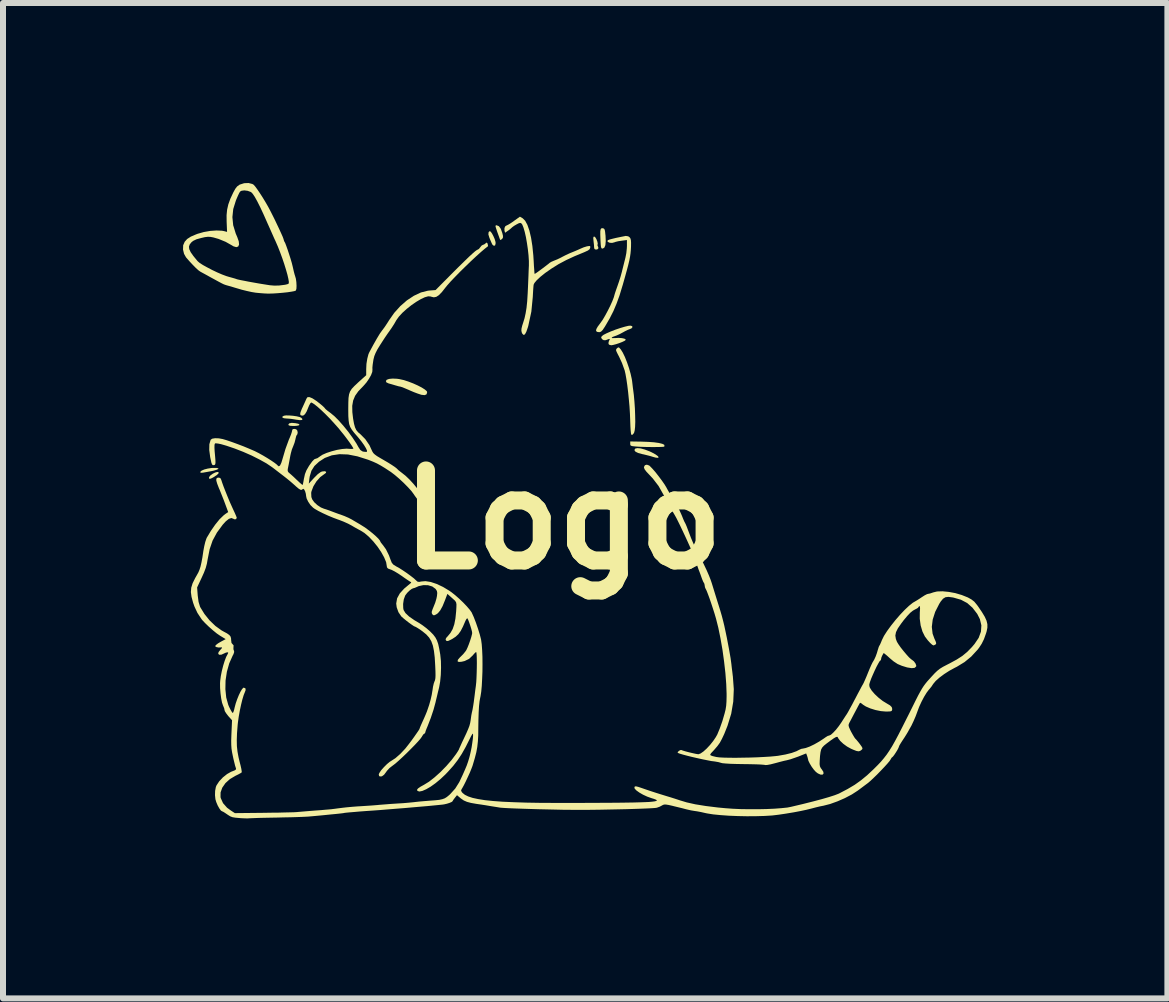
<source format=kicad_pcb>
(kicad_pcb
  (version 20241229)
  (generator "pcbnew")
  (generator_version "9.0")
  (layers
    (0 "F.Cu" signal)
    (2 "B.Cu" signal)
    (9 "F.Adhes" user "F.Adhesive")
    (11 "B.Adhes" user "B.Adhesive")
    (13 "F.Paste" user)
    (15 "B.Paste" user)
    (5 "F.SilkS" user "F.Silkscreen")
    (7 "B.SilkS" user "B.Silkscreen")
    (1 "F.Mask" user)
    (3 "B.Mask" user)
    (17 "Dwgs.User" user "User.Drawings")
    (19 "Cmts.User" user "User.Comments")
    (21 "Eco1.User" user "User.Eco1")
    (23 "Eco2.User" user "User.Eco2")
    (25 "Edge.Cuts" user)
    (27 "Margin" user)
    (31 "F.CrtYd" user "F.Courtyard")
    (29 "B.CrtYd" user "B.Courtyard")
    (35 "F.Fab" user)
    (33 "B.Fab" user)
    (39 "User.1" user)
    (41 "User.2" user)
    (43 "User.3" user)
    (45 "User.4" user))
  (footprint "Logo"
    (layer "F.Cu")
    (at 6.335 5.612)
    (property "Reference" "Logo" (at 0 0 0) (layer "F.SilkS") (effects (font (size 1.5 1.5) (thickness 0.3))))
    (attr board_only exclude_from_pos_files exclude_from_bom)
    (fp_poly (pts (xy -4.464 -1.61) (xy -4.414 -1.6) (xy -4.394 -1.587) (xy -4.403 -1.574) (xy -4.438 -1.566) (xy -4.485 -1.563) (xy -4.541 -1.565) (xy -4.571 -1.572) (xy -4.58 -1.585) (xy -4.566 -1.606) (xy -4.524 -1.615)) (stroke (width 0) (type solid)) (fill yes) (layer "F.SilkS"))
    (fp_poly (pts (xy -5.741 -0.791) (xy -5.743 -0.773) (xy -5.773 -0.744) (xy -5.833 -0.705) (xy -5.833 -0.705) (xy -5.873 -0.685) (xy -5.896 -0.684) (xy -5.902 -0.69) (xy -5.9 -0.712) (xy -5.877 -0.74) (xy -5.841 -0.766) (xy -5.8 -0.787) (xy -5.764 -0.797)) (stroke (width 0) (type solid)) (fill yes) (layer "F.SilkS"))
    (fp_poly (pts (xy -1.207 -4.801) (xy -1.185 -4.77) (xy -1.162 -4.726) (xy -1.141 -4.678) (xy -1.128 -4.633) (xy -1.125 -4.61) (xy -1.133 -4.574) (xy -1.152 -4.565) (xy -1.176 -4.581) (xy -1.19 -4.607) (xy -1.21 -4.653) (xy -1.23 -4.702) (xy -1.246 -4.755) (xy -1.242 -4.794) (xy -1.224 -4.81)) (stroke (width 0) (type solid)) (fill yes) (layer "F.SilkS"))
    (fp_poly (pts (xy -5.775 -0.864) (xy -5.747 -0.857) (xy -5.747 -0.847) (xy -5.775 -0.833) (xy -5.83 -0.817) (xy -5.874 -0.808) (xy -5.951 -0.794) (xy -6.002 -0.785) (xy -6.031 -0.783) (xy -6.045 -0.786) (xy -6.047 -0.795) (xy -6.046 -0.8) (xy -6.025 -0.819) (xy -5.981 -0.838) (xy -5.923 -0.853) (xy -5.858 -0.863) (xy -5.832 -0.864)) (stroke (width 0) (type solid)) (fill yes) (layer "F.SilkS"))
    (fp_poly (pts (xy -4.564 -1.738) (xy -4.501 -1.733) (xy -4.44 -1.724) (xy -4.391 -1.712) (xy -4.365 -1.7) (xy -4.344 -1.677) (xy -4.353 -1.663) (xy -4.388 -1.66) (xy -4.45 -1.668) (xy -4.478 -1.673) (xy -4.538 -1.682) (xy -4.6 -1.687) (xy -4.606 -1.687) (xy -4.654 -1.692) (xy -4.679 -1.704) (xy -4.679 -1.719) (xy -4.653 -1.734) (xy -4.618 -1.739)) (stroke (width 0) (type solid)) (fill yes) (layer "F.SilkS"))
    (fp_poly (pts (xy 0.536 -4.707) (xy 0.555 -4.675) (xy 0.57 -4.636) (xy 0.577 -4.601) (xy 0.573 -4.585) (xy 0.573 -4.566) (xy 0.58 -4.555) (xy 0.589 -4.527) (xy 0.572 -4.507) (xy 0.546 -4.502) (xy 0.522 -4.512) (xy 0.516 -4.539) (xy 0.514 -4.577) (xy 0.508 -4.629) (xy 0.506 -4.648) (xy 0.502 -4.693) (xy 0.506 -4.715) (xy 0.519 -4.72)) (stroke (width 0) (type solid)) (fill yes) (layer "F.SilkS"))
    (fp_poly (pts (xy -1.072 -4.893) (xy -1.039 -4.849) (xy -1.014 -4.779) (xy -1.003 -4.732) (xy -1.003 -4.704) (xy -1.014 -4.684) (xy -1.02 -4.679) (xy -1.041 -4.662) (xy -1.052 -4.669) (xy -1.054 -4.675) (xy -1.063 -4.7) (xy -1.079 -4.745) (xy -1.099 -4.8) (xy -1.1 -4.803) (xy -1.118 -4.857) (xy -1.127 -4.889) (xy -1.125 -4.904) (xy -1.114 -4.908) (xy -1.11 -4.908)) (stroke (width 0) (type solid)) (fill yes) (layer "F.SilkS"))
    (fp_poly (pts (xy 0.662 -4.858) (xy 0.68 -4.852) (xy 0.692 -4.835) (xy 0.699 -4.801) (xy 0.705 -4.743) (xy 0.706 -4.741) (xy 0.71 -4.645) (xy 0.704 -4.577) (xy 0.687 -4.536) (xy 0.662 -4.52) (xy 0.647 -4.52) (xy 0.637 -4.528) (xy 0.63 -4.551) (xy 0.626 -4.592) (xy 0.622 -4.659) (xy 0.622 -4.669) (xy 0.619 -4.75) (xy 0.619 -4.805) (xy 0.624 -4.838) (xy 0.634 -4.855) (xy 0.65 -4.859)) (stroke (width 0) (type solid)) (fill yes) (layer "F.SilkS"))
    (fp_poly (pts (xy 1.292 -1.189) (xy 1.362 -1.17) (xy 1.443 -1.139) (xy 1.479 -1.122) (xy 1.541 -1.088) (xy 1.579 -1.06) (xy 1.592 -1.041) (xy 1.579 -1.032) (xy 1.54 -1.036) (xy 1.493 -1.049) (xy 1.461 -1.059) (xy 1.432 -1.067) (xy 1.396 -1.076) (xy 1.343 -1.089) (xy 1.323 -1.093) (xy 1.25 -1.113) (xy 1.206 -1.134) (xy 1.189 -1.158) (xy 1.188 -1.163) (xy 1.201 -1.186) (xy 1.237 -1.194)) (stroke (width 0) (type solid)) (fill yes) (layer "F.SilkS"))
    (fp_poly (pts (xy 1.305 -1.302) (xy 1.417 -1.298) (xy 1.514 -1.291) (xy 1.593 -1.28) (xy 1.651 -1.266) (xy 1.683 -1.251) (xy 1.688 -1.241) (xy 1.686 -1.221) (xy 1.684 -1.218) (xy 1.656 -1.215) (xy 1.605 -1.213) (xy 1.537 -1.212) (xy 1.461 -1.212) (xy 1.384 -1.213) (xy 1.314 -1.215) (xy 1.266 -1.217) (xy 1.197 -1.222) (xy 1.154 -1.227) (xy 1.13 -1.234) (xy 1.12 -1.245) (xy 1.118 -1.261) (xy 1.118 -1.266) (xy 1.118 -1.305)) (stroke (width 0) (type solid)) (fill yes) (layer "F.SilkS"))
    (fp_poly (pts (xy -2.772 -2.35) (xy -2.733 -2.345) (xy -2.661 -2.329) (xy -2.582 -2.304) (xy -2.501 -2.273) (xy -2.425 -2.239) (xy -2.357 -2.204) (xy -2.305 -2.171) (xy -2.273 -2.143) (xy -2.266 -2.127) (xy -2.276 -2.091) (xy -2.307 -2.077) (xy -2.359 -2.082) (xy -2.376 -2.087) (xy -2.424 -2.103) (xy -2.488 -2.127) (xy -2.556 -2.156) (xy -2.571 -2.163) (xy -2.63 -2.188) (xy -2.678 -2.208) (xy -2.71 -2.218) (xy -2.715 -2.219) (xy -2.741 -2.224) (xy -2.783 -2.236) (xy -2.801 -2.241) (xy -2.854 -2.257) (xy -2.901 -2.27) (xy -2.911 -2.273) (xy -2.946 -2.29) (xy -2.954 -2.312) (xy -2.94 -2.333) (xy -2.901 -2.347) (xy -2.843 -2.353)) (stroke (width 0) (type solid)) (fill yes) (layer "F.SilkS"))
    (fp_poly (pts (xy 0.933 -2.869) (xy 0.957 -2.843) (xy 0.961 -2.838) (xy 0.993 -2.787) (xy 1.029 -2.713) (xy 1.064 -2.625) (xy 1.097 -2.529) (xy 1.124 -2.434) (xy 1.143 -2.349) (xy 1.149 -2.313) (xy 1.156 -2.254) (xy 1.162 -2.202) (xy 1.166 -2.173) (xy 1.178 -2.081) (xy 1.188 -1.97) (xy 1.196 -1.852) (xy 1.2 -1.739) (xy 1.202 -1.641) (xy 1.202 -1.628) (xy 1.199 -1.547) (xy 1.193 -1.492) (xy 1.184 -1.455) (xy 1.172 -1.434) (xy 1.15 -1.413) (xy 1.135 -1.42) (xy 1.134 -1.421) (xy 1.13 -1.443) (xy 1.125 -1.49) (xy 1.121 -1.556) (xy 1.118 -1.635) (xy 1.117 -1.67) (xy 1.113 -1.771) (xy 1.106 -1.885) (xy 1.095 -2.006) (xy 1.083 -2.127) (xy 1.069 -2.241) (xy 1.054 -2.344) (xy 1.039 -2.429) (xy 1.025 -2.49) (xy 1.022 -2.498) (xy 0.981 -2.612) (xy 0.932 -2.718) (xy 0.912 -2.756) (xy 0.89 -2.801) (xy 0.881 -2.827) (xy 0.886 -2.845) (xy 0.898 -2.858) (xy 0.917 -2.873)) (stroke (width 0) (type solid)) (fill yes) (layer "F.SilkS"))
    (fp_poly (pts (xy 1.15 -3.227) (xy 1.155 -3.209) (xy 1.138 -3.189) (xy 1.114 -3.179) (xy 1.075 -3.164) (xy 1.025 -3.139) (xy 1 -3.125) (xy 0.946 -3.096) (xy 0.891 -3.071) (xy 0.872 -3.064) (xy 0.825 -3.047) (xy 0.808 -3.034) (xy 0.819 -3.027) (xy 0.861 -3.028) (xy 0.867 -3.028) (xy 0.926 -3.031) (xy 0.98 -3.027) (xy 1.021 -3.018) (xy 1.042 -3.004) (xy 1.043 -2.997) (xy 1.026 -2.983) (xy 0.987 -2.964) (xy 0.936 -2.944) (xy 0.882 -2.926) (xy 0.832 -2.913) (xy 0.801 -2.908) (xy 0.769 -2.916) (xy 0.756 -2.93) (xy 0.757 -2.96) (xy 0.767 -2.987) (xy 0.778 -3.011) (xy 0.769 -3.014) (xy 0.756 -3.01) (xy 0.708 -2.993) (xy 0.678 -2.992) (xy 0.654 -3.006) (xy 0.65 -3.009) (xy 0.633 -3.034) (xy 0.642 -3.057) (xy 0.643 -3.058) (xy 0.672 -3.081) (xy 0.725 -3.108) (xy 0.794 -3.138) (xy 0.871 -3.168) (xy 0.951 -3.195) (xy 1.025 -3.217) (xy 1.087 -3.232) (xy 1.122 -3.235)) (stroke (width 0) (type solid)) (fill yes) (layer "F.SilkS"))
    (fp_poly (pts (xy 1.084 -4.724) (xy 1.107 -4.708) (xy 1.121 -4.689) (xy 1.129 -4.661) (xy 1.132 -4.617) (xy 1.131 -4.551) (xy 1.131 -4.548) (xy 1.128 -4.493) (xy 1.123 -4.44) (xy 1.115 -4.385) (xy 1.103 -4.322) (xy 1.085 -4.247) (xy 1.061 -4.156) (xy 1.03 -4.044) (xy 0.991 -3.906) (xy 0.989 -3.901) (xy 0.941 -3.742) (xy 0.891 -3.604) (xy 0.838 -3.478) (xy 0.776 -3.356) (xy 0.701 -3.227) (xy 0.694 -3.216) (xy 0.659 -3.163) (xy 0.631 -3.135) (xy 0.605 -3.126) (xy 0.604 -3.126) (xy 0.571 -3.13) (xy 0.557 -3.137) (xy 0.548 -3.154) (xy 0.554 -3.179) (xy 0.575 -3.217) (xy 0.616 -3.272) (xy 0.619 -3.276) (xy 0.658 -3.331) (xy 0.701 -3.404) (xy 0.745 -3.486) (xy 0.787 -3.57) (xy 0.821 -3.646) (xy 0.845 -3.709) (xy 0.851 -3.731) (xy 0.862 -3.77) (xy 0.881 -3.827) (xy 0.903 -3.889) (xy 0.905 -3.895) (xy 0.93 -3.967) (xy 0.957 -4.052) (xy 0.98 -4.136) (xy 0.983 -4.15) (xy 1.002 -4.225) (xy 1.021 -4.301) (xy 1.037 -4.364) (xy 1.04 -4.378) (xy 1.053 -4.444) (xy 1.061 -4.521) (xy 1.063 -4.563) (xy 1.063 -4.662) (xy 0.973 -4.65) (xy 0.919 -4.642) (xy 0.874 -4.631) (xy 0.855 -4.624) (xy 0.817 -4.614) (xy 0.777 -4.616) (xy 0.746 -4.63) (xy 0.738 -4.643) (xy 0.74 -4.652) (xy 0.751 -4.661) (xy 0.776 -4.671) (xy 0.818 -4.682) (xy 0.88 -4.697) (xy 0.967 -4.715) (xy 1.043 -4.73)) (stroke (width 0) (type solid)) (fill yes) (layer "F.SilkS"))
    (fp_poly (pts (xy -0.674 -5.024) (xy -0.633 -4.983) (xy -0.596 -4.915) (xy -0.563 -4.82) (xy -0.535 -4.702) (xy -0.513 -4.563) (xy -0.497 -4.405) (xy -0.491 -4.31) (xy -0.487 -4.233) (xy -0.482 -4.168) (xy -0.479 -4.122) (xy -0.476 -4.099) (xy -0.476 -4.097) (xy -0.462 -4.104) (xy -0.431 -4.125) (xy -0.387 -4.157) (xy -0.337 -4.194) (xy -0.287 -4.232) (xy -0.243 -4.266) (xy -0.223 -4.283) (xy -0.196 -4.299) (xy -0.154 -4.317) (xy -0.144 -4.321) (xy -0.095 -4.341) (xy -0.037 -4.369) (xy -0.013 -4.382) (xy 0.046 -4.412) (xy 0.113 -4.443) (xy 0.143 -4.455) (xy 0.204 -4.48) (xy 0.264 -4.506) (xy 0.29 -4.518) (xy 0.342 -4.54) (xy 0.394 -4.556) (xy 0.404 -4.558) (xy 0.439 -4.563) (xy 0.452 -4.556) (xy 0.451 -4.532) (xy 0.44 -4.508) (xy 0.413 -4.487) (xy 0.363 -4.464) (xy 0.352 -4.459) (xy 0.19 -4.392) (xy 0.05 -4.327) (xy -0.076 -4.26) (xy -0.196 -4.185) (xy -0.203 -4.18) (xy -0.299 -4.113) (xy -0.379 -4.049) (xy -0.44 -3.992) (xy -0.479 -3.945) (xy -0.492 -3.917) (xy -0.495 -3.888) (xy -0.499 -3.836) (xy -0.503 -3.769) (xy -0.506 -3.712) (xy -0.53 -3.468) (xy -0.581 -3.231) (xy -0.589 -3.204) (xy -0.614 -3.132) (xy -0.637 -3.09) (xy -0.658 -3.08) (xy -0.679 -3.099) (xy -0.69 -3.122) (xy -0.696 -3.151) (xy -0.694 -3.186) (xy -0.682 -3.236) (xy -0.667 -3.282) (xy -0.643 -3.36) (xy -0.625 -3.442) (xy -0.61 -3.534) (xy -0.599 -3.642) (xy -0.591 -3.771) (xy -0.586 -3.876) (xy -0.582 -3.972) (xy -0.578 -4.066) (xy -0.575 -4.151) (xy -0.572 -4.217) (xy -0.571 -4.233) (xy -0.571 -4.313) (xy -0.577 -4.407) (xy -0.588 -4.508) (xy -0.603 -4.611) (xy -0.62 -4.709) (xy -0.64 -4.797) (xy -0.661 -4.869) (xy -0.681 -4.919) (xy -0.693 -4.936) (xy -0.711 -4.947) (xy -0.736 -4.943) (xy -0.775 -4.923) (xy -0.816 -4.899) (xy -0.846 -4.877) (xy -0.852 -4.872) (xy -0.875 -4.851) (xy -0.91 -4.823) (xy -0.918 -4.818) (xy -0.968 -4.783) (xy -0.978 -4.822) (xy -0.978 -4.862) (xy -0.962 -4.894) (xy -0.935 -4.908) (xy -0.935 -4.908) (xy -0.916 -4.917) (xy -0.879 -4.939) (xy -0.831 -4.971) (xy -0.82 -4.98) (xy -0.72 -5.051)) (stroke (width 0) (type solid)) (fill yes) (layer "F.SilkS"))
    (fp_poly (pts (xy -5.18 -5.596) (xy -5.159 -5.584) (xy -5.136 -5.559) (xy -5.101 -5.512) (xy -5.058 -5.449) (xy -5.01 -5.375) (xy -4.962 -5.296) (xy -4.917 -5.218) (xy -4.885 -5.158) (xy -4.848 -5.085) (xy -4.808 -5.005) (xy -4.769 -4.923) (xy -4.732 -4.845) (xy -4.7 -4.775) (xy -4.675 -4.719) (xy -4.661 -4.682) (xy -4.658 -4.671) (xy -4.649 -4.64) (xy -4.644 -4.634) (xy -4.632 -4.611) (xy -4.614 -4.564) (xy -4.592 -4.502) (xy -4.568 -4.429) (xy -4.544 -4.354) (xy -4.523 -4.283) (xy -4.508 -4.223) (xy -4.502 -4.197) (xy -4.489 -4.14) (xy -4.476 -4.09) (xy -4.468 -4.065) (xy -4.454 -4.017) (xy -4.446 -3.959) (xy -4.443 -3.9) (xy -4.445 -3.851) (xy -4.454 -3.821) (xy -4.457 -3.819) (xy -4.481 -3.81) (xy -4.53 -3.801) (xy -4.596 -3.791) (xy -4.673 -3.783) (xy -4.754 -3.776) (xy -4.832 -3.771) (xy -4.901 -3.769) (xy -4.924 -3.769) (xy -4.986 -3.772) (xy -5.061 -3.778) (xy -5.123 -3.784) (xy -5.19 -3.795) (xy -5.272 -3.813) (xy -5.357 -3.834) (xy -5.397 -3.846) (xy -5.469 -3.867) (xy -5.534 -3.887) (xy -5.585 -3.901) (xy -5.606 -3.907) (xy -5.629 -3.914) (xy -5.656 -3.924) (xy -5.691 -3.941) (xy -5.74 -3.967) (xy -5.806 -4.003) (xy -5.894 -4.051) (xy -5.924 -4.068) (xy -5.977 -4.097) (xy -6.025 -4.123) (xy -6.05 -4.137) (xy -6.079 -4.158) (xy -6.122 -4.197) (xy -6.174 -4.25) (xy -6.229 -4.309) (xy -6.283 -4.371) (xy -6.286 -4.375) (xy -6.318 -4.432) (xy -6.335 -4.503) (xy -6.333 -4.552) (xy -6.236 -4.552) (xy -6.231 -4.51) (xy -6.207 -4.459) (xy -6.163 -4.396) (xy -6.097 -4.316) (xy -6.088 -4.306) (xy -6.056 -4.279) (xy -6.001 -4.244) (xy -5.93 -4.205) (xy -5.85 -4.163) (xy -5.766 -4.123) (xy -5.685 -4.088) (xy -5.613 -4.061) (xy -5.57 -4.048) (xy -5.512 -4.032) (xy -5.467 -4.019) (xy -5.441 -4.01) (xy -5.439 -4.009) (xy -5.42 -4.004) (xy -5.375 -3.994) (xy -5.312 -3.982) (xy -5.236 -3.967) (xy -5.152 -3.952) (xy -5.067 -3.937) (xy -4.987 -3.924) (xy -4.918 -3.913) (xy -4.885 -3.908) (xy -4.812 -3.902) (xy -4.733 -3.904) (xy -4.636 -3.916) (xy -4.631 -3.917) (xy -4.594 -3.926) (xy -4.573 -3.937) (xy -4.573 -3.938) (xy -4.571 -3.964) (xy -4.579 -4.014) (xy -4.595 -4.084) (xy -4.619 -4.168) (xy -4.648 -4.262) (xy -4.681 -4.36) (xy -4.717 -4.458) (xy -4.754 -4.552) (xy -4.79 -4.635) (xy -4.793 -4.642) (xy -4.815 -4.689) (xy -4.845 -4.757) (xy -4.88 -4.836) (xy -4.916 -4.917) (xy -4.919 -4.923) (xy -4.988 -5.079) (xy -5.047 -5.206) (xy -5.098 -5.307) (xy -5.139 -5.381) (xy -5.173 -5.432) (xy -5.2 -5.46) (xy -5.206 -5.463) (xy -5.258 -5.482) (xy -5.314 -5.489) (xy -5.36 -5.483) (xy -5.383 -5.47) (xy -5.398 -5.446) (xy -5.42 -5.4) (xy -5.445 -5.342) (xy -5.455 -5.317) (xy -5.498 -5.178) (xy -5.512 -5.044) (xy -5.499 -4.909) (xy -5.456 -4.769) (xy -5.431 -4.711) (xy -5.406 -4.64) (xy -5.401 -4.587) (xy -5.415 -4.554) (xy -5.447 -4.543) (xy -5.494 -4.557) (xy -5.524 -4.575) (xy -5.625 -4.632) (xy -5.742 -4.68) (xy -5.829 -4.705) (xy -5.877 -4.714) (xy -5.92 -4.716) (xy -5.97 -4.71) (xy -6.031 -4.696) (xy -6.111 -4.674) (xy -6.165 -4.648) (xy -6.194 -4.625) (xy -6.223 -4.589) (xy -6.236 -4.552) (xy -6.333 -4.552) (xy -6.333 -4.57) (xy -6.331 -4.578) (xy -6.307 -4.633) (xy -6.266 -4.679) (xy -6.204 -4.719) (xy -6.115 -4.757) (xy -6.091 -4.766) (xy -5.989 -4.795) (xy -5.88 -4.814) (xy -5.776 -4.821) (xy -5.686 -4.817) (xy -5.649 -4.81) (xy -5.601 -4.797) (xy -5.608 -4.97) (xy -5.609 -5.076) (xy -5.6 -5.168) (xy -5.58 -5.256) (xy -5.546 -5.35) (xy -5.497 -5.455) (xy -5.464 -5.515) (xy -5.434 -5.554) (xy -5.399 -5.58) (xy -5.388 -5.586) (xy -5.316 -5.609) (xy -5.243 -5.612)) (stroke (width 0) (type solid)) (fill yes) (layer "F.SilkS"))
    (fp_poly (pts (xy -1.263 -4.61) (xy -1.258 -4.595) (xy -1.252 -4.568) (xy -1.253 -4.558) (xy -1.303 -4.519) (xy -1.37 -4.462) (xy -1.449 -4.391) (xy -1.536 -4.31) (xy -1.626 -4.223) (xy -1.715 -4.136) (xy -1.798 -4.051) (xy -1.871 -3.975) (xy -1.928 -3.911) (xy -1.962 -3.869) (xy -2.022 -3.793) (xy -2.071 -3.743) (xy -2.114 -3.715) (xy -2.155 -3.707) (xy -2.198 -3.717) (xy -2.208 -3.721) (xy -2.249 -3.724) (xy -2.306 -3.708) (xy -2.375 -3.675) (xy -2.451 -3.63) (xy -2.53 -3.575) (xy -2.607 -3.514) (xy -2.678 -3.45) (xy -2.737 -3.386) (xy -2.78 -3.326) (xy -2.787 -3.313) (xy -2.816 -3.263) (xy -2.855 -3.202) (xy -2.889 -3.153) (xy -2.926 -3.101) (xy -2.973 -3.032) (xy -3.021 -2.958) (xy -3.05 -2.913) (xy -3.096 -2.838) (xy -3.126 -2.779) (xy -3.147 -2.727) (xy -3.161 -2.672) (xy -3.165 -2.646) (xy -3.174 -2.586) (xy -3.179 -2.535) (xy -3.178 -2.503) (xy -3.178 -2.501) (xy -3.181 -2.464) (xy -3.201 -2.411) (xy -3.235 -2.351) (xy -3.277 -2.289) (xy -3.325 -2.234) (xy -3.335 -2.223) (xy -3.413 -2.142) (xy -3.467 -2.066) (xy -3.5 -1.986) (xy -3.515 -1.898) (xy -3.513 -1.793) (xy -3.501 -1.689) (xy -3.486 -1.603) (xy -3.469 -1.541) (xy -3.447 -1.494) (xy -3.415 -1.456) (xy -3.376 -1.423) (xy -3.297 -1.343) (xy -3.229 -1.244) (xy -3.193 -1.166) (xy -3.179 -1.136) (xy -3.163 -1.111) (xy -3.139 -1.088) (xy -3.102 -1.061) (xy -3.047 -1.028) (xy -2.985 -0.992) (xy -2.915 -0.951) (xy -2.853 -0.912) (xy -2.804 -0.879) (xy -2.776 -0.857) (xy -2.774 -0.855) (xy -2.741 -0.823) (xy -2.697 -0.789) (xy -2.688 -0.782) (xy -2.626 -0.733) (xy -2.56 -0.67) (xy -2.495 -0.599) (xy -2.435 -0.526) (xy -2.385 -0.456) (xy -2.349 -0.394) (xy -2.33 -0.345) (xy -2.329 -0.332) (xy -2.336 -0.292) (xy -2.354 -0.279) (xy -2.384 -0.293) (xy -2.423 -0.333) (xy -2.471 -0.398) (xy -2.489 -0.425) (xy -2.528 -0.478) (xy -2.586 -0.542) (xy -2.656 -0.613) (xy -2.731 -0.683) (xy -2.806 -0.747) (xy -2.873 -0.798) (xy -2.883 -0.804) (xy -2.971 -0.862) (xy -3.042 -0.905) (xy -3.104 -0.939) (xy -3.166 -0.967) (xy -3.236 -0.995) (xy -3.255 -1.002) (xy -3.429 -1.057) (xy -3.586 -1.088) (xy -3.727 -1.093) (xy -3.855 -1.074) (xy -3.972 -1.03) (xy -4.068 -0.968) (xy -4.145 -0.896) (xy -4.195 -0.817) (xy -4.223 -0.723) (xy -4.229 -0.686) (xy -4.239 -0.602) (xy -4.151 -0.698) (xy -4.089 -0.76) (xy -4.038 -0.797) (xy -4.015 -0.805) (xy -3.972 -0.809) (xy -3.95 -0.799) (xy -3.953 -0.781) (xy -3.98 -0.761) (xy -4.048 -0.711) (xy -4.111 -0.64) (xy -4.162 -0.558) (xy -4.194 -0.474) (xy -4.199 -0.449) (xy -4.196 -0.379) (xy -4.182 -0.34) (xy -4.148 -0.292) (xy -4.096 -0.244) (xy -4.037 -0.205) (xy -3.986 -0.184) (xy -3.95 -0.173) (xy -3.898 -0.155) (xy -3.861 -0.141) (xy -3.8 -0.118) (xy -3.74 -0.096) (xy -3.712 -0.087) (xy -3.645 -0.062) (xy -3.576 -0.032) (xy -3.522 -0.004) (xy -3.517 -0.001) (xy -3.494 0.013) (xy -3.451 0.038) (xy -3.395 0.071) (xy -3.361 0.092) (xy -3.302 0.129) (xy -3.24 0.175) (xy -3.178 0.224) (xy -3.123 0.272) (xy -3.08 0.314) (xy -3.054 0.346) (xy -3.048 0.36) (xy -3.038 0.379) (xy -3.014 0.41) (xy -3.007 0.417) (xy -2.953 0.492) (xy -2.903 0.593) (xy -2.877 0.664) (xy -2.856 0.716) (xy -2.829 0.748) (xy -2.788 0.773) (xy -2.788 0.774) (xy -2.736 0.802) (xy -2.672 0.843) (xy -2.604 0.889) (xy -2.54 0.936) (xy -2.487 0.977) (xy -2.457 1.005) (xy -2.428 1.031) (xy -2.4 1.036) (xy -2.366 1.029) (xy -2.294 1.023) (xy -2.206 1.037) (xy -2.107 1.07) (xy -2.001 1.12) (xy -1.895 1.184) (xy -1.861 1.208) (xy -1.799 1.257) (xy -1.732 1.316) (xy -1.665 1.38) (xy -1.605 1.443) (xy -1.557 1.499) (xy -1.526 1.542) (xy -1.524 1.546) (xy -1.49 1.621) (xy -1.454 1.714) (xy -1.419 1.816) (xy -1.389 1.913) (xy -1.368 1.995) (xy -1.367 2.001) (xy -1.357 2.074) (xy -1.35 2.17) (xy -1.345 2.283) (xy -1.344 2.405) (xy -1.345 2.53) (xy -1.35 2.653) (xy -1.356 2.767) (xy -1.365 2.865) (xy -1.377 2.941) (xy -1.383 2.97) (xy -1.393 3.024) (xy -1.402 3.105) (xy -1.408 3.211) (xy -1.412 3.338) (xy -1.414 3.47) (xy -1.415 3.593) (xy -1.421 3.695) (xy -1.431 3.786) (xy -1.447 3.875) (xy -1.472 3.972) (xy -1.506 4.087) (xy -1.511 4.103) (xy -1.529 4.15) (xy -1.555 4.214) (xy -1.588 4.286) (xy -1.622 4.359) (xy -1.654 4.423) (xy -1.681 4.472) (xy -1.692 4.489) (xy -1.701 4.512) (xy -1.69 4.537) (xy -1.675 4.554) (xy -1.637 4.584) (xy -1.582 4.611) (xy -1.509 4.635) (xy -1.416 4.655) (xy -1.303 4.673) (xy -1.168 4.687) (xy -1.008 4.699) (xy -0.824 4.707) (xy -0.614 4.714) (xy -0.375 4.718) (xy -0.107 4.719) (xy 0.016 4.719) (xy 0.277 4.719) (xy 0.508 4.718) (xy 0.711 4.717) (xy 0.888 4.716) (xy 1.04 4.714) (xy 1.169 4.712) (xy 1.277 4.709) (xy 1.364 4.706) (xy 1.433 4.703) (xy 1.486 4.698) (xy 1.524 4.693) (xy 1.548 4.687) (xy 1.56 4.681) (xy 1.563 4.676) (xy 1.549 4.666) (xy 1.514 4.652) (xy 1.471 4.639) (xy 1.401 4.614) (xy 1.332 4.582) (xy 1.271 4.547) (xy 1.222 4.512) (xy 1.193 4.482) (xy 1.188 4.467) (xy 1.19 4.452) (xy 1.197 4.444) (xy 1.216 4.443) (xy 1.25 4.451) (xy 1.304 4.469) (xy 1.382 4.496) (xy 1.391 4.499) (xy 1.462 4.523) (xy 1.551 4.552) (xy 1.644 4.581) (xy 1.712 4.602) (xy 1.788 4.625) (xy 1.858 4.647) (xy 1.913 4.665) (xy 1.946 4.676) (xy 2.059 4.71) (xy 2.202 4.742) (xy 2.375 4.77) (xy 2.577 4.795) (xy 2.704 4.807) (xy 2.826 4.816) (xy 2.961 4.822) (xy 3.104 4.824) (xy 3.249 4.824) (xy 3.391 4.821) (xy 3.523 4.815) (xy 3.64 4.806) (xy 3.737 4.796) (xy 3.798 4.784) (xy 3.992 4.738) (xy 4.163 4.695) (xy 4.31 4.656) (xy 4.431 4.621) (xy 4.524 4.591) (xy 4.589 4.566) (xy 4.602 4.56) (xy 4.741 4.487) (xy 4.859 4.417) (xy 4.964 4.342) (xy 5.066 4.258) (xy 5.173 4.158) (xy 5.181 4.15) (xy 5.242 4.089) (xy 5.296 4.032) (xy 5.344 3.975) (xy 5.39 3.916) (xy 5.435 3.85) (xy 5.482 3.775) (xy 5.532 3.686) (xy 5.588 3.581) (xy 5.652 3.456) (xy 5.727 3.307) (xy 5.763 3.236) (xy 5.825 3.111) (xy 5.875 3.01) (xy 5.916 2.929) (xy 5.951 2.865) (xy 5.981 2.813) (xy 6.009 2.77) (xy 6.037 2.732) (xy 6.068 2.694) (xy 6.104 2.654) (xy 6.142 2.612) (xy 6.192 2.558) (xy 6.235 2.517) (xy 6.278 2.483) (xy 6.33 2.451) (xy 6.399 2.415) (xy 6.446 2.391) (xy 6.56 2.329) (xy 6.653 2.269) (xy 6.734 2.202) (xy 6.812 2.122) (xy 6.856 2.07) (xy 6.925 1.968) (xy 6.963 1.864) (xy 6.97 1.76) (xy 6.945 1.656) (xy 6.901 1.569) (xy 6.822 1.466) (xy 6.734 1.388) (xy 6.63 1.333) (xy 6.505 1.297) (xy 6.488 1.294) (xy 6.421 1.285) (xy 6.371 1.291) (xy 6.331 1.316) (xy 6.292 1.363) (xy 6.267 1.403) (xy 6.2 1.535) (xy 6.159 1.663) (xy 6.144 1.785) (xy 6.157 1.898) (xy 6.186 1.978) (xy 6.208 2.027) (xy 6.217 2.056) (xy 6.213 2.072) (xy 6.205 2.079) (xy 6.18 2.092) (xy 6.173 2.094) (xy 6.15 2.083) (xy 6.116 2.052) (xy 6.076 2.008) (xy 6.037 1.956) (xy 6.029 1.946) (xy 5.988 1.863) (xy 5.958 1.761) (xy 5.943 1.649) (xy 5.944 1.537) (xy 5.945 1.532) (xy 5.948 1.477) (xy 5.945 1.444) (xy 5.939 1.438) (xy 5.924 1.45) (xy 5.924 1.453) (xy 5.911 1.469) (xy 5.879 1.488) (xy 5.871 1.491) (xy 5.83 1.514) (xy 5.785 1.55) (xy 5.735 1.603) (xy 5.674 1.676) (xy 5.632 1.732) (xy 5.578 1.81) (xy 5.547 1.873) (xy 5.536 1.93) (xy 5.545 1.987) (xy 5.563 2.034) (xy 5.588 2.075) (xy 5.626 2.129) (xy 5.672 2.187) (xy 5.72 2.244) (xy 5.764 2.293) (xy 5.8 2.325) (xy 5.813 2.334) (xy 5.846 2.36) (xy 5.873 2.397) (xy 5.885 2.432) (xy 5.883 2.445) (xy 5.858 2.468) (xy 5.808 2.473) (xy 5.733 2.461) (xy 5.645 2.434) (xy 5.574 2.404) (xy 5.507 2.36) (xy 5.445 2.308) (xy 5.4 2.267) (xy 5.364 2.237) (xy 5.344 2.222) (xy 5.341 2.222) (xy 5.332 2.238) (xy 5.318 2.262) (xy 5.303 2.298) (xy 5.299 2.321) (xy 5.293 2.342) (xy 5.287 2.345) (xy 5.274 2.358) (xy 5.252 2.395) (xy 5.223 2.449) (xy 5.191 2.516) (xy 5.159 2.588) (xy 5.134 2.646) (xy 5.113 2.704) (xy 5.102 2.742) (xy 5.103 2.771) (xy 5.111 2.797) (xy 5.142 2.847) (xy 5.193 2.906) (xy 5.257 2.966) (xy 5.326 3.02) (xy 5.393 3.061) (xy 5.447 3.093) (xy 5.476 3.122) (xy 5.484 3.152) (xy 5.484 3.16) (xy 5.479 3.18) (xy 5.465 3.191) (xy 5.436 3.195) (xy 5.383 3.196) (xy 5.377 3.196) (xy 5.295 3.189) (xy 5.206 3.171) (xy 5.119 3.144) (xy 5.045 3.112) (xy 4.999 3.083) (xy 4.969 3.059) (xy 4.95 3.05) (xy 4.948 3.05) (xy 4.938 3.066) (xy 4.916 3.106) (xy 4.884 3.167) (xy 4.842 3.246) (xy 4.794 3.338) (xy 4.77 3.383) (xy 4.759 3.408) (xy 4.757 3.431) (xy 4.765 3.46) (xy 4.785 3.504) (xy 4.799 3.532) (xy 4.828 3.584) (xy 4.853 3.626) (xy 4.87 3.649) (xy 4.871 3.65) (xy 4.89 3.67) (xy 4.921 3.707) (xy 4.945 3.738) (xy 4.975 3.78) (xy 4.988 3.805) (xy 4.986 3.821) (xy 4.972 3.836) (xy 4.948 3.853) (xy 4.921 3.859) (xy 4.885 3.852) (xy 4.832 3.831) (xy 4.796 3.815) (xy 4.731 3.779) (xy 4.668 3.733) (xy 4.616 3.684) (xy 4.583 3.639) (xy 4.577 3.625) (xy 4.568 3.617) (xy 4.547 3.621) (xy 4.512 3.641) (xy 4.46 3.677) (xy 4.388 3.731) (xy 4.347 3.764) (xy 4.319 3.794) (xy 4.3 3.828) (xy 4.289 3.873) (xy 4.281 3.936) (xy 4.276 4.014) (xy 4.274 4.071) (xy 4.279 4.108) (xy 4.293 4.138) (xy 4.309 4.158) (xy 4.337 4.202) (xy 4.339 4.232) (xy 4.322 4.248) (xy 4.289 4.247) (xy 4.245 4.227) (xy 4.212 4.202) (xy 4.178 4.165) (xy 4.142 4.116) (xy 4.11 4.063) (xy 4.087 4.016) (xy 4.08 3.987) (xy 4.074 3.962) (xy 4.065 3.933) (xy 4.05 3.894) (xy 3.92 3.946) (xy 3.852 3.97) (xy 3.788 3.992) (xy 3.738 4.005) (xy 3.727 4.008) (xy 3.684 4.017) (xy 3.621 4.033) (xy 3.551 4.052) (xy 3.528 4.058) (xy 3.458 4.076) (xy 3.403 4.086) (xy 3.368 4.088) (xy 3.364 4.086) (xy 3.341 4.083) (xy 3.291 4.079) (xy 3.221 4.076) (xy 3.135 4.074) (xy 3.037 4.072) (xy 3.009 4.072) (xy 2.889 4.07) (xy 2.788 4.067) (xy 2.709 4.062) (xy 2.655 4.057) (xy 2.634 4.052) (xy 2.588 4.039) (xy 2.531 4.029) (xy 2.517 4.027) (xy 2.468 4.021) (xy 2.402 4.008) (xy 2.323 3.992) (xy 2.237 3.973) (xy 2.15 3.953) (xy 2.069 3.933) (xy 1.998 3.914) (xy 1.944 3.898) (xy 1.913 3.886) (xy 1.908 3.883) (xy 1.912 3.869) (xy 1.931 3.851) (xy 1.955 3.838) (xy 1.969 3.837) (xy 1.993 3.846) (xy 2.039 3.86) (xy 2.096 3.875) (xy 2.156 3.889) (xy 2.21 3.901) (xy 2.247 3.907) (xy 2.254 3.908) (xy 2.29 3.895) (xy 2.338 3.862) (xy 2.392 3.813) (xy 2.448 3.753) (xy 2.5 3.688) (xy 2.544 3.623) (xy 2.569 3.578) (xy 2.611 3.476) (xy 2.654 3.354) (xy 2.691 3.227) (xy 2.707 3.163) (xy 2.717 3.1) (xy 2.722 3.03) (xy 2.724 2.941) (xy 2.724 2.9) (xy 2.718 2.737) (xy 2.704 2.555) (xy 2.682 2.362) (xy 2.655 2.166) (xy 2.622 1.976) (xy 2.586 1.8) (xy 2.548 1.649) (xy 2.524 1.567) (xy 2.496 1.479) (xy 2.467 1.391) (xy 2.439 1.309) (xy 2.413 1.239) (xy 2.392 1.185) (xy 2.377 1.154) (xy 2.374 1.15) (xy 2.363 1.123) (xy 2.36 1.102) (xy 2.354 1.068) (xy 2.347 1.054) (xy 2.334 1.032) (xy 2.317 0.991) (xy 2.306 0.961) (xy 2.288 0.91) (xy 2.272 0.867) (xy 2.266 0.852) (xy 2.255 0.823) (xy 2.238 0.774) (xy 2.217 0.713) (xy 2.211 0.696) (xy 2.194 0.644) (xy 2.177 0.599) (xy 2.159 0.553) (xy 2.136 0.501) (xy 2.107 0.436) (xy 2.069 0.352) (xy 2.04 0.289) (xy 1.989 0.18) (xy 1.948 0.094) (xy 1.915 0.027) (xy 1.888 -0.027) (xy 1.863 -0.072) (xy 1.839 -0.113) (xy 1.826 -0.135) (xy 1.796 -0.186) (xy 1.775 -0.231) (xy 1.766 -0.26) (xy 1.766 -0.261) (xy 1.755 -0.296) (xy 1.738 -0.318) (xy 1.714 -0.347) (xy 1.687 -0.391) (xy 1.672 -0.418) (xy 1.59 -0.563) (xy 1.494 -0.688) (xy 1.438 -0.748) (xy 1.387 -0.802) (xy 1.357 -0.842) (xy 1.347 -0.871) (xy 1.347 -0.879) (xy 1.363 -0.909) (xy 1.395 -0.918) (xy 1.434 -0.904) (xy 1.446 -0.894) (xy 1.485 -0.854) (xy 1.536 -0.796) (xy 1.59 -0.727) (xy 1.644 -0.655) (xy 1.69 -0.589) (xy 1.722 -0.536) (xy 1.722 -0.535) (xy 1.75 -0.484) (xy 1.775 -0.443) (xy 1.789 -0.422) (xy 1.817 -0.382) (xy 1.853 -0.322) (xy 1.892 -0.25) (xy 1.931 -0.174) (xy 1.963 -0.104) (xy 1.978 -0.07) (xy 2 -0.015) (xy 2.019 0.029) (xy 2.032 0.053) (xy 2.033 0.055) (xy 2.043 0.075) (xy 2.061 0.118) (xy 2.083 0.177) (xy 2.102 0.227) (xy 2.131 0.303) (xy 2.163 0.379) (xy 2.192 0.443) (xy 2.205 0.469) (xy 2.28 0.615) (xy 2.342 0.737) (xy 2.391 0.84) (xy 2.429 0.927) (xy 2.458 1.001) (xy 2.477 1.057) (xy 2.498 1.125) (xy 2.525 1.213) (xy 2.555 1.31) (xy 2.584 1.403) (xy 2.588 1.415) (xy 2.619 1.515) (xy 2.644 1.601) (xy 2.665 1.681) (xy 2.685 1.763) (xy 2.705 1.856) (xy 2.728 1.966) (xy 2.742 2.04) (xy 2.763 2.15) (xy 2.778 2.235) (xy 2.79 2.304) (xy 2.798 2.362) (xy 2.805 2.415) (xy 2.806 2.427) (xy 2.811 2.471) (xy 2.819 2.534) (xy 2.827 2.602) (xy 2.828 2.606) (xy 2.844 2.824) (xy 2.835 3.031) (xy 2.801 3.232) (xy 2.739 3.434) (xy 2.685 3.569) (xy 2.646 3.652) (xy 2.611 3.717) (xy 2.571 3.772) (xy 2.522 3.829) (xy 2.504 3.849) (xy 2.468 3.887) (xy 2.451 3.911) (xy 2.457 3.926) (xy 2.488 3.938) (xy 2.546 3.952) (xy 2.556 3.954) (xy 2.602 3.96) (xy 2.673 3.964) (xy 2.765 3.966) (xy 2.872 3.967) (xy 2.989 3.965) (xy 3.111 3.963) (xy 3.231 3.959) (xy 3.346 3.953) (xy 3.448 3.947) (xy 3.534 3.939) (xy 3.579 3.934) (xy 3.704 3.912) (xy 3.809 3.886) (xy 3.889 3.857) (xy 3.931 3.835) (xy 3.969 3.818) (xy 3.993 3.814) (xy 4.042 3.804) (xy 4.108 3.78) (xy 4.185 3.743) (xy 4.266 3.697) (xy 4.344 3.646) (xy 4.375 3.624) (xy 4.409 3.603) (xy 4.436 3.595) (xy 4.462 3.583) (xy 4.5 3.549) (xy 4.546 3.5) (xy 4.594 3.439) (xy 4.637 3.377) (xy 4.673 3.321) (xy 4.708 3.267) (xy 4.729 3.236) (xy 4.749 3.202) (xy 4.779 3.147) (xy 4.817 3.078) (xy 4.857 3.001) (xy 4.869 2.979) (xy 4.908 2.904) (xy 4.944 2.837) (xy 4.972 2.784) (xy 4.991 2.75) (xy 4.995 2.744) (xy 5.009 2.717) (xy 5.031 2.668) (xy 5.058 2.605) (xy 5.081 2.548) (xy 5.109 2.48) (xy 5.135 2.421) (xy 5.156 2.378) (xy 5.167 2.36) (xy 5.185 2.329) (xy 5.208 2.279) (xy 5.229 2.221) (xy 5.245 2.166) (xy 5.248 2.157) (xy 5.259 2.121) (xy 5.268 2.102) (xy 5.281 2.08) (xy 5.299 2.039) (xy 5.313 2.004) (xy 5.347 1.935) (xy 5.399 1.854) (xy 5.464 1.765) (xy 5.537 1.673) (xy 5.615 1.583) (xy 5.693 1.501) (xy 5.765 1.433) (xy 5.829 1.382) (xy 5.862 1.363) (xy 5.896 1.343) (xy 5.943 1.313) (xy 5.979 1.289) (xy 6.024 1.26) (xy 6.063 1.24) (xy 6.082 1.235) (xy 6.113 1.229) (xy 6.156 1.215) (xy 6.162 1.212) (xy 6.232 1.195) (xy 6.322 1.192) (xy 6.425 1.202) (xy 6.534 1.222) (xy 6.643 1.254) (xy 6.743 1.294) (xy 6.747 1.296) (xy 6.806 1.329) (xy 6.852 1.365) (xy 6.895 1.417) (xy 6.913 1.441) (xy 6.979 1.538) (xy 7.026 1.616) (xy 7.056 1.682) (xy 7.07 1.741) (xy 7.07 1.798) (xy 7.058 1.859) (xy 7.048 1.892) (xy 7.013 1.99) (xy 6.975 2.067) (xy 6.931 2.134) (xy 6.907 2.165) (xy 6.801 2.28) (xy 6.689 2.372) (xy 6.561 2.45) (xy 6.527 2.467) (xy 6.437 2.516) (xy 6.35 2.572) (xy 6.272 2.63) (xy 6.209 2.686) (xy 6.168 2.735) (xy 6.162 2.744) (xy 6.139 2.779) (xy 6.106 2.82) (xy 6.095 2.832) (xy 6.058 2.881) (xy 6.015 2.951) (xy 5.972 3.033) (xy 5.933 3.118) (xy 5.903 3.198) (xy 5.901 3.204) (xy 5.874 3.276) (xy 5.84 3.355) (xy 5.805 3.429) (xy 5.782 3.47) (xy 5.765 3.5) (xy 5.743 3.54) (xy 5.743 3.54) (xy 5.72 3.578) (xy 5.688 3.629) (xy 5.656 3.677) (xy 5.626 3.724) (xy 5.604 3.761) (xy 5.596 3.781) (xy 5.596 3.781) (xy 5.588 3.803) (xy 5.569 3.839) (xy 5.543 3.881) (xy 5.517 3.92) (xy 5.496 3.947) (xy 5.487 3.955) (xy 5.473 3.967) (xy 5.458 3.993) (xy 5.44 4.021) (xy 5.403 4.065) (xy 5.353 4.12) (xy 5.295 4.181) (xy 5.234 4.244) (xy 5.174 4.302) (xy 5.121 4.352) (xy 5.079 4.388) (xy 5.077 4.389) (xy 5.03 4.424) (xy 4.97 4.469) (xy 4.911 4.513) (xy 4.908 4.515) (xy 4.811 4.578) (xy 4.695 4.639) (xy 4.571 4.693) (xy 4.449 4.737) (xy 4.34 4.765) (xy 4.33 4.767) (xy 4.279 4.777) (xy 4.212 4.793) (xy 4.144 4.811) (xy 4.14 4.812) (xy 4.055 4.833) (xy 3.957 4.854) (xy 3.841 4.876) (xy 3.702 4.899) (xy 3.594 4.915) (xy 3.486 4.928) (xy 3.358 4.936) (xy 3.215 4.94) (xy 3.064 4.941) (xy 2.911 4.938) (xy 2.762 4.932) (xy 2.623 4.922) (xy 2.5 4.91) (xy 2.4 4.894) (xy 2.362 4.886) (xy 2.296 4.871) (xy 2.226 4.858) (xy 2.196 4.854) (xy 2.13 4.843) (xy 2.06 4.827) (xy 2.04 4.822) (xy 1.987 4.808) (xy 1.917 4.791) (xy 1.843 4.773) (xy 1.824 4.768) (xy 1.758 4.753) (xy 1.714 4.746) (xy 1.685 4.746) (xy 1.664 4.752) (xy 1.65 4.76) (xy 1.609 4.782) (xy 1.561 4.799) (xy 1.534 4.803) (xy 1.479 4.807) (xy 1.4 4.811) (xy 1.3 4.815) (xy 1.184 4.819) (xy 1.053 4.823) (xy 0.913 4.826) (xy 0.767 4.829) (xy 0.618 4.832) (xy 0.469 4.834) (xy 0.325 4.835) (xy 0.297 4.835) (xy 0.212 4.835) (xy 0.108 4.834) (xy -0.01 4.833) (xy -0.139 4.83) (xy -0.273 4.827) (xy -0.408 4.824) (xy -0.542 4.82) (xy -0.668 4.816) (xy -0.783 4.812) (xy -0.883 4.808) (xy -0.964 4.804) (xy -1.021 4.8) (xy -1.047 4.798) (xy -1.114 4.787) (xy -1.19 4.775) (xy -1.227 4.769) (xy -1.291 4.758) (xy -1.369 4.746) (xy -1.445 4.735) (xy -1.446 4.735) (xy -1.536 4.719) (xy -1.603 4.701) (xy -1.656 4.678) (xy -1.704 4.645) (xy -1.717 4.634) (xy -1.769 4.59) (xy -1.806 4.636) (xy -1.83 4.668) (xy -1.843 4.69) (xy -1.844 4.692) (xy -1.858 4.703) (xy -1.892 4.718) (xy -1.936 4.732) (xy -1.979 4.742) (xy -2.011 4.747) (xy -2.071 4.753) (xy -2.153 4.761) (xy -2.255 4.771) (xy -2.372 4.781) (xy -2.5 4.792) (xy -2.635 4.804) (xy -2.773 4.815) (xy -2.91 4.826) (xy -3.042 4.837) (xy -3.165 4.846) (xy -3.181 4.847) (xy -3.297 4.855) (xy -3.402 4.863) (xy -3.493 4.871) (xy -3.566 4.877) (xy -3.617 4.882) (xy -3.642 4.885) (xy -3.643 4.885) (xy -3.662 4.889) (xy -3.711 4.895) (xy -3.787 4.903) (xy -3.891 4.913) (xy -4.019 4.926) (xy -4.171 4.94) (xy -4.252 4.947) (xy -4.29 4.949) (xy -4.355 4.952) (xy -4.441 4.955) (xy -4.542 4.958) (xy -4.655 4.96) (xy -4.767 4.963) (xy -4.882 4.965) (xy -4.987 4.967) (xy -5.078 4.969) (xy -5.152 4.972) (xy -5.203 4.974) (xy -5.228 4.975) (xy -5.228 4.975) (xy -5.258 4.977) (xy -5.309 4.976) (xy -5.373 4.973) (xy -5.393 4.971) (xy -5.462 4.965) (xy -5.51 4.957) (xy -5.547 4.943) (xy -5.584 4.92) (xy -5.596 4.912) (xy -5.637 4.884) (xy -5.668 4.865) (xy -5.679 4.861) (xy -5.702 4.848) (xy -5.729 4.812) (xy -5.757 4.762) (xy -5.781 4.705) (xy -5.795 4.658) (xy -5.802 4.591) (xy -5.8 4.519) (xy -5.788 4.455) (xy -5.777 4.427) (xy -5.733 4.36) (xy -5.671 4.294) (xy -5.601 4.238) (xy -5.534 4.2) (xy -5.523 4.196) (xy -5.477 4.178) (xy -5.455 4.164) (xy -5.451 4.148) (xy -5.457 4.129) (xy -5.467 4.098) (xy -5.48 4.045) (xy -5.496 3.979) (xy -5.504 3.941) (xy -5.518 3.873) (xy -5.527 3.814) (xy -5.531 3.753) (xy -5.532 3.681) (xy -5.529 3.59) (xy -5.528 3.566) (xy -5.518 3.341) (xy -5.581 3.271) (xy -5.614 3.228) (xy -5.637 3.192) (xy -5.643 3.173) (xy -5.649 3.142) (xy -5.666 3.1) (xy -5.668 3.096) (xy -5.685 3.047) (xy -5.699 2.976) (xy -5.71 2.892) (xy -5.717 2.805) (xy -5.718 2.723) (xy -5.715 2.681) (xy -5.705 2.605) (xy -5.688 2.52) (xy -5.666 2.433) (xy -5.641 2.352) (xy -5.616 2.286) (xy -5.593 2.242) (xy -5.591 2.239) (xy -5.581 2.216) (xy -5.595 2.208) (xy -5.625 2.216) (xy -5.642 2.224) (xy -5.694 2.248) (xy -5.731 2.25) (xy -5.748 2.235) (xy -5.743 2.206) (xy -5.711 2.166) (xy -5.709 2.164) (xy -5.686 2.138) (xy -5.685 2.127) (xy -5.69 2.127) (xy -5.743 2.129) (xy -5.782 2.121) (xy -5.799 2.107) (xy -5.799 2.105) (xy -5.786 2.087) (xy -5.753 2.061) (xy -5.711 2.036) (xy -5.624 1.989) (xy -5.718 1.932) (xy -5.772 1.895) (xy -5.837 1.842) (xy -5.905 1.782) (xy -5.967 1.722) (xy -6.015 1.671) (xy -6.027 1.655) (xy -6.095 1.552) (xy -6.144 1.447) (xy -6.167 1.382) (xy -6.193 1.286) (xy -6.204 1.205) (xy -6.198 1.132) (xy -6.175 1.058) (xy -6.133 0.973) (xy -6.104 0.922) (xy -6.079 0.877) (xy -6.06 0.832) (xy -6.043 0.779) (xy -6.028 0.713) (xy -6.012 0.628) (xy -5.996 0.52) (xy -5.981 0.44) (xy -5.964 0.369) (xy -5.946 0.316) (xy -5.94 0.301) (xy -5.871 0.186) (xy -5.799 0.082) (xy -5.727 -0.007) (xy -5.659 -0.073) (xy -5.624 -0.1) (xy -5.582 -0.128) (xy -5.629 -0.255) (xy -5.657 -0.33) (xy -5.692 -0.418) (xy -5.726 -0.503) (xy -5.736 -0.525) (xy -5.765 -0.6) (xy -5.78 -0.651) (xy -5.78 -0.683) (xy -5.765 -0.699) (xy -5.735 -0.703) (xy -5.734 -0.703) (xy -5.708 -0.689) (xy -5.696 -0.66) (xy -5.682 -0.617) (xy -5.659 -0.553) (xy -5.628 -0.474) (xy -5.593 -0.387) (xy -5.557 -0.3) (xy -5.521 -0.22) (xy -5.501 -0.176) (xy -5.474 -0.118) (xy -5.453 -0.07) (xy -5.441 -0.039) (xy -5.44 -0.032) (xy -5.451 -0.01) (xy -5.477 -0.007) (xy -5.495 -0.016) (xy -5.529 -0.029) (xy -5.571 -0.015) (xy -5.622 0.026) (xy -5.673 0.082) (xy -5.77 0.214) (xy -5.842 0.347) (xy -5.891 0.49) (xy -5.923 0.652) (xy -5.924 0.656) (xy -5.937 0.731) (xy -5.956 0.802) (xy -5.985 0.879) (xy -6.021 0.959) (xy -6.1 1.128) (xy -6.09 1.261) (xy -6.076 1.368) (xy -6.052 1.447) (xy -6.047 1.458) (xy -5.978 1.57) (xy -5.892 1.677) (xy -5.795 1.77) (xy -5.694 1.843) (xy -5.664 1.86) (xy -5.601 1.894) (xy -5.563 1.921) (xy -5.542 1.948) (xy -5.534 1.98) (xy -5.533 2.004) (xy -5.527 2.053) (xy -5.509 2.074) (xy -5.492 2.093) (xy -5.494 2.122) (xy -5.495 2.158) (xy -5.487 2.18) (xy -5.482 2.203) (xy -5.494 2.24) (xy -5.509 2.268) (xy -5.565 2.394) (xy -5.604 2.533) (xy -5.626 2.679) (xy -5.629 2.824) (xy -5.615 2.962) (xy -5.581 3.085) (xy -5.566 3.12) (xy -5.541 3.169) (xy -5.52 3.205) (xy -5.507 3.22) (xy -5.506 3.22) (xy -5.496 3.206) (xy -5.484 3.169) (xy -5.473 3.122) (xy -5.456 3.059) (xy -5.432 2.99) (xy -5.405 2.923) (xy -5.377 2.865) (xy -5.351 2.822) (xy -5.329 2.799) (xy -5.324 2.798) (xy -5.296 2.808) (xy -5.291 2.837) (xy -5.304 2.872) (xy -5.324 2.922) (xy -5.346 2.995) (xy -5.368 3.085) (xy -5.389 3.184) (xy -5.407 3.285) (xy -5.42 3.379) (xy -5.424 3.415) (xy -5.435 3.555) (xy -5.439 3.672) (xy -5.437 3.773) (xy -5.427 3.865) (xy -5.41 3.957) (xy -5.394 4.025) (xy -5.376 4.094) (xy -5.363 4.152) (xy -5.357 4.193) (xy -5.356 4.209) (xy -5.374 4.222) (xy -5.412 4.243) (xy -5.461 4.267) (xy -5.554 4.322) (xy -5.628 4.389) (xy -5.681 4.465) (xy -5.709 4.544) (xy -5.71 4.622) (xy -5.706 4.639) (xy -5.668 4.723) (xy -5.601 4.799) (xy -5.537 4.846) (xy -5.471 4.889) (xy -4.99 4.884) (xy -4.866 4.882) (xy -4.748 4.881) (xy -4.641 4.878) (xy -4.549 4.876) (xy -4.478 4.874) (xy -4.432 4.871) (xy -4.424 4.87) (xy -4.375 4.866) (xy -4.305 4.86) (xy -4.221 4.853) (xy -4.133 4.846) (xy -4.119 4.845) (xy -4.035 4.839) (xy -3.958 4.832) (xy -3.895 4.827) (xy -3.854 4.823) (xy -3.849 4.822) (xy -3.808 4.817) (xy -3.749 4.809) (xy -3.683 4.801) (xy -3.677 4.8) (xy -3.606 4.792) (xy -3.518 4.784) (xy -3.429 4.777) (xy -3.392 4.775) (xy -3.298 4.769) (xy -3.192 4.762) (xy -3.092 4.754) (xy -3.064 4.751) (xy -2.973 4.744) (xy -2.873 4.736) (xy -2.78 4.73) (xy -2.751 4.728) (xy -2.666 4.723) (xy -2.574 4.715) (xy -2.493 4.707) (xy -2.477 4.705) (xy -2.395 4.696) (xy -2.302 4.688) (xy -2.227 4.682) (xy -2.134 4.675) (xy -2.065 4.668) (xy -2.014 4.657) (xy -1.973 4.642) (xy -1.938 4.62) (xy -1.899 4.588) (xy -1.879 4.569) (xy -1.798 4.479) (xy -1.731 4.372) (xy -1.722 4.353) (xy -1.673 4.249) (xy -1.636 4.165) (xy -1.607 4.096) (xy -1.585 4.033) (xy -1.566 3.971) (xy -1.556 3.933) (xy -1.54 3.864) (xy -1.525 3.79) (xy -1.514 3.717) (xy -1.505 3.652) (xy -1.501 3.601) (xy -1.502 3.57) (xy -1.506 3.564) (xy -1.517 3.577) (xy -1.536 3.61) (xy -1.554 3.646) (xy -1.624 3.786) (xy -1.69 3.903) (xy -1.758 4.006) (xy -1.832 4.102) (xy -1.919 4.199) (xy -1.964 4.246) (xy -2.046 4.323) (xy -2.128 4.391) (xy -2.208 4.448) (xy -2.282 4.491) (xy -2.346 4.519) (xy -2.396 4.529) (xy -2.428 4.519) (xy -2.428 4.518) (xy -2.435 4.5) (xy -2.419 4.478) (xy -2.379 4.45) (xy -2.318 4.416) (xy -2.235 4.365) (xy -2.142 4.292) (xy -2.044 4.204) (xy -1.948 4.106) (xy -1.86 4.005) (xy -1.785 3.905) (xy -1.785 3.905) (xy -1.758 3.864) (xy -1.74 3.834) (xy -1.735 3.823) (xy -1.729 3.807) (xy -1.711 3.768) (xy -1.686 3.712) (xy -1.655 3.647) (xy -1.613 3.558) (xy -1.584 3.491) (xy -1.563 3.437) (xy -1.55 3.39) (xy -1.542 3.344) (xy -1.538 3.314) (xy -1.53 3.258) (xy -1.52 3.207) (xy -1.517 3.196) (xy -1.509 3.159) (xy -1.499 3.101) (xy -1.489 3.035) (xy -1.487 3.017) (xy -1.476 2.934) (xy -1.465 2.844) (xy -1.454 2.764) (xy -1.454 2.762) (xy -1.448 2.706) (xy -1.444 2.634) (xy -1.441 2.554) (xy -1.439 2.47) (xy -1.438 2.388) (xy -1.439 2.315) (xy -1.441 2.256) (xy -1.445 2.217) (xy -1.45 2.204) (xy -1.466 2.215) (xy -1.492 2.243) (xy -1.505 2.259) (xy -1.567 2.318) (xy -1.641 2.354) (xy -1.691 2.366) (xy -1.739 2.37) (xy -1.76 2.358) (xy -1.753 2.332) (xy -1.72 2.293) (xy -1.709 2.283) (xy -1.665 2.239) (xy -1.627 2.192) (xy -1.614 2.173) (xy -1.595 2.133) (xy -1.572 2.076) (xy -1.55 2.014) (xy -1.531 1.954) (xy -1.519 1.907) (xy -1.516 1.888) (xy -1.52 1.86) (xy -1.532 1.815) (xy -1.548 1.763) (xy -1.566 1.711) (xy -1.582 1.669) (xy -1.595 1.644) (xy -1.598 1.641) (xy -1.612 1.654) (xy -1.628 1.684) (xy -1.67 1.781) (xy -1.707 1.853) (xy -1.746 1.907) (xy -1.791 1.949) (xy -1.846 1.985) (xy -1.876 2.001) (xy -1.916 2.019) (xy -1.939 2.021) (xy -1.953 2.01) (xy -1.959 1.99) (xy -1.945 1.964) (xy -1.926 1.944) (xy -1.878 1.886) (xy -1.841 1.821) (xy -1.814 1.742) (xy -1.795 1.645) (xy -1.783 1.525) (xy -1.779 1.455) (xy -1.778 1.409) (xy -1.784 1.377) (xy -1.801 1.35) (xy -1.836 1.318) (xy -1.853 1.303) (xy -1.929 1.235) (xy -1.969 1.341) (xy -2.009 1.439) (xy -2.048 1.51) (xy -2.087 1.557) (xy -2.117 1.578) (xy -2.149 1.592) (xy -2.167 1.589) (xy -2.181 1.573) (xy -2.19 1.554) (xy -2.189 1.529) (xy -2.176 1.491) (xy -2.158 1.447) (xy -2.132 1.382) (xy -2.112 1.315) (xy -2.103 1.271) (xy -2.098 1.22) (xy -2.104 1.187) (xy -2.122 1.158) (xy -2.129 1.15) (xy -2.181 1.112) (xy -2.251 1.091) (xy -2.329 1.089) (xy -2.407 1.106) (xy -2.438 1.12) (xy -2.473 1.135) (xy -2.496 1.141) (xy -2.523 1.152) (xy -2.56 1.18) (xy -2.598 1.217) (xy -2.627 1.255) (xy -2.633 1.264) (xy -2.656 1.328) (xy -2.667 1.403) (xy -2.665 1.473) (xy -2.659 1.504) (xy -2.628 1.555) (xy -2.568 1.612) (xy -2.479 1.674) (xy -2.401 1.72) (xy -2.345 1.757) (xy -2.28 1.806) (xy -2.219 1.859) (xy -2.212 1.866) (xy -2.165 1.914) (xy -2.13 1.96) (xy -2.104 2.009) (xy -2.083 2.068) (xy -2.066 2.145) (xy -2.048 2.246) (xy -2.047 2.256) (xy -2.037 2.353) (xy -2.035 2.467) (xy -2.039 2.586) (xy -2.05 2.699) (xy -2.067 2.794) (xy -2.07 2.806) (xy -2.085 2.866) (xy -2.103 2.943) (xy -2.122 3.021) (xy -2.126 3.04) (xy -2.16 3.165) (xy -2.206 3.303) (xy -2.259 3.44) (xy -2.276 3.48) (xy -2.291 3.519) (xy -2.298 3.545) (xy -2.298 3.547) (xy -2.308 3.563) (xy -2.313 3.564) (xy -2.329 3.576) (xy -2.35 3.607) (xy -2.354 3.615) (xy -2.376 3.646) (xy -2.417 3.694) (xy -2.472 3.753) (xy -2.537 3.819) (xy -2.606 3.888) (xy -2.675 3.954) (xy -2.74 4.014) (xy -2.796 4.063) (xy -2.838 4.095) (xy -2.845 4.1) (xy -2.894 4.138) (xy -2.937 4.185) (xy -2.95 4.204) (xy -2.985 4.25) (xy -3.021 4.276) (xy -3.054 4.278) (xy -3.067 4.27) (xy -3.073 4.243) (xy -3.063 4.22) (xy -3.033 4.175) (xy -2.987 4.123) (xy -2.937 4.073) (xy -2.89 4.034) (xy -2.869 4.021) (xy -2.795 3.973) (xy -2.714 3.902) (xy -2.633 3.816) (xy -2.613 3.791) (xy -2.573 3.74) (xy -2.529 3.682) (xy -2.485 3.621) (xy -2.446 3.565) (xy -2.414 3.519) (xy -2.395 3.488) (xy -2.392 3.479) (xy -2.386 3.462) (xy -2.37 3.424) (xy -2.351 3.381) (xy -2.316 3.304) (xy -2.291 3.246) (xy -2.271 3.197) (xy -2.253 3.145) (xy -2.232 3.083) (xy -2.229 3.072) (xy -2.208 2.997) (xy -2.19 2.917) (xy -2.179 2.849) (xy -2.178 2.846) (xy -2.169 2.784) (xy -2.156 2.728) (xy -2.145 2.697) (xy -2.135 2.672) (xy -2.129 2.639) (xy -2.127 2.591) (xy -2.128 2.525) (xy -2.132 2.433) (xy -2.14 2.296) (xy -2.153 2.186) (xy -2.171 2.097) (xy -2.197 2.025) (xy -2.233 1.964) (xy -2.282 1.91) (xy -2.345 1.859) (xy -2.388 1.828) (xy -2.429 1.802) (xy -2.458 1.785) (xy -2.467 1.782) (xy -2.487 1.773) (xy -2.523 1.749) (xy -2.569 1.716) (xy -2.617 1.679) (xy -2.661 1.643) (xy -2.694 1.614) (xy -2.699 1.608) (xy -2.745 1.54) (xy -2.774 1.459) (xy -2.782 1.396) (xy -2.767 1.309) (xy -2.722 1.227) (xy -2.648 1.146) (xy -2.632 1.133) (xy -2.587 1.095) (xy -2.552 1.066) (xy -2.533 1.05) (xy -2.532 1.05) (xy -2.536 1.039) (xy -2.54 1.037) (xy -2.559 1.026) (xy -2.597 1.001) (xy -2.648 0.966) (xy -2.687 0.938) (xy -2.75 0.896) (xy -2.81 0.86) (xy -2.859 0.835) (xy -2.879 0.828) (xy -2.919 0.813) (xy -2.936 0.793) (xy -2.939 0.773) (xy -2.95 0.707) (xy -2.983 0.627) (xy -3.032 0.539) (xy -3.093 0.449) (xy -3.163 0.362) (xy -3.237 0.284) (xy -3.312 0.22) (xy -3.376 0.18) (xy -3.419 0.157) (xy -3.475 0.126) (xy -3.524 0.097) (xy -3.584 0.065) (xy -3.66 0.031) (xy -3.737 0.001) (xy -3.75 -0.003) (xy -3.83 -0.033) (xy -3.917 -0.069) (xy -4.002 -0.108) (xy -4.078 -0.146) (xy -4.139 -0.181) (xy -4.168 -0.202) (xy -4.212 -0.246) (xy -4.249 -0.301) (xy -4.275 -0.355) (xy -4.283 -0.392) (xy -4.288 -0.432) (xy -4.3 -0.474) (xy -4.316 -0.505) (xy -4.329 -0.516) (xy -4.348 -0.506) (xy -4.356 -0.499) (xy -4.373 -0.498) (xy -4.405 -0.516) (xy -4.454 -0.557) (xy -4.464 -0.567) (xy -4.506 -0.604) (xy -4.549 -0.641) (xy -4.6 -0.683) (xy -4.661 -0.731) (xy -4.738 -0.79) (xy -4.834 -0.864) (xy -4.853 -0.878) (xy -4.945 -0.94) (xy -5.06 -1.004) (xy -5.191 -1.07) (xy -5.332 -1.132) (xy -5.476 -1.188) (xy -5.615 -1.235) (xy -5.702 -1.26) (xy -5.751 -1.27) (xy -5.789 -1.274) (xy -5.802 -1.272) (xy -5.81 -1.25) (xy -5.811 -1.199) (xy -5.808 -1.143) (xy -5.8 -1.054) (xy -5.795 -0.992) (xy -5.794 -0.952) (xy -5.797 -0.928) (xy -5.805 -0.916) (xy -5.817 -0.911) (xy -5.823 -0.91) (xy -5.839 -0.911) (xy -5.851 -0.922) (xy -5.862 -0.95) (xy -5.873 -1.001) (xy -5.882 -1.043) (xy -5.898 -1.163) (xy -5.896 -1.259) (xy -5.875 -1.331) (xy -5.874 -1.333) (xy -5.849 -1.351) (xy -5.801 -1.359) (xy -5.738 -1.357) (xy -5.674 -1.345) (xy -5.609 -1.326) (xy -5.524 -1.297) (xy -5.428 -1.262) (xy -5.328 -1.224) (xy -5.234 -1.185) (xy -5.153 -1.15) (xy -5.137 -1.143) (xy -5.072 -1.11) (xy -5 -1.07) (xy -4.928 -1.027) (xy -4.862 -0.985) (xy -4.808 -0.948) (xy -4.771 -0.919) (xy -4.76 -0.907) (xy -4.739 -0.89) (xy -4.718 -0.904) (xy -4.697 -0.948) (xy -4.682 -0.996) (xy -4.628 -1.179) (xy -4.571 -1.335) (xy -4.556 -1.369) (xy -4.535 -1.421) (xy -4.521 -1.465) (xy -4.517 -1.487) (xy -4.506 -1.511) (xy -4.474 -1.514) (xy -4.448 -1.507) (xy -4.43 -1.486) (xy -4.424 -1.453) (xy -4.43 -1.423) (xy -4.437 -1.416) (xy -4.448 -1.396) (xy -4.458 -1.358) (xy -4.461 -1.343) (xy -4.476 -1.285) (xy -4.498 -1.227) (xy -4.5 -1.222) (xy -4.52 -1.173) (xy -4.537 -1.111) (xy -4.546 -1.071) (xy -4.559 -1.001) (xy -4.573 -0.926) (xy -4.58 -0.891) (xy -4.59 -0.842) (xy -4.59 -0.813) (xy -4.58 -0.793) (xy -4.562 -0.777) (xy -4.533 -0.752) (xy -4.49 -0.713) (xy -4.443 -0.668) (xy -4.435 -0.661) (xy -4.393 -0.621) (xy -4.36 -0.592) (xy -4.342 -0.58) (xy -4.341 -0.58) (xy -4.336 -0.597) (xy -4.328 -0.637) (xy -4.319 -0.691) (xy -4.318 -0.692) (xy -4.303 -0.761) (xy -4.278 -0.824) (xy -4.238 -0.893) (xy -4.229 -0.907) (xy -4.182 -0.972) (xy -4.147 -1.008) (xy -4.127 -1.016) (xy -4.096 -1.026) (xy -4.059 -1.051) (xy -4.056 -1.054) (xy -4.01 -1.084) (xy -3.941 -1.114) (xy -3.858 -1.141) (xy -3.77 -1.164) (xy -3.684 -1.179) (xy -3.61 -1.185) (xy -3.579 -1.183) (xy -3.533 -1.18) (xy -3.503 -1.182) (xy -3.495 -1.185) (xy -3.502 -1.201) (xy -3.524 -1.237) (xy -3.559 -1.288) (xy -3.603 -1.348) (xy -3.653 -1.414) (xy -3.706 -1.479) (xy -3.741 -1.523) (xy -3.813 -1.604) (xy -3.887 -1.685) (xy -3.962 -1.761) (xy -4.033 -1.829) (xy -4.096 -1.885) (xy -4.149 -1.927) (xy -4.186 -1.95) (xy -4.2 -1.954) (xy -4.214 -1.94) (xy -4.233 -1.906) (xy -4.244 -1.88) (xy -4.274 -1.806) (xy -4.302 -1.76) (xy -4.329 -1.738) (xy -4.345 -1.735) (xy -4.372 -1.74) (xy -4.383 -1.758) (xy -4.377 -1.792) (xy -4.355 -1.848) (xy -4.34 -1.88) (xy -4.314 -1.937) (xy -4.292 -1.986) (xy -4.278 -2.017) (xy -4.277 -2.02) (xy -4.26 -2.043) (xy -4.227 -2.044) (xy -4.179 -2.024) (xy -4.113 -1.981) (xy -4.056 -1.937) (xy -4.013 -1.901) (xy -3.983 -1.873) (xy -3.97 -1.857) (xy -3.97 -1.857) (xy -3.958 -1.843) (xy -3.927 -1.817) (xy -3.883 -1.784) (xy -3.879 -1.781) (xy -3.814 -1.728) (xy -3.739 -1.653) (xy -3.66 -1.563) (xy -3.581 -1.466) (xy -3.508 -1.366) (xy -3.446 -1.272) (xy -3.41 -1.208) (xy -3.38 -1.163) (xy -3.346 -1.14) (xy -3.328 -1.135) (xy -3.291 -1.131) (xy -3.269 -1.133) (xy -3.269 -1.134) (xy -3.269 -1.154) (xy -3.287 -1.193) (xy -3.319 -1.246) (xy -3.362 -1.306) (xy -3.414 -1.37) (xy -3.43 -1.389) (xy -3.483 -1.45) (xy -3.522 -1.501) (xy -3.549 -1.547) (xy -3.566 -1.595) (xy -3.575 -1.654) (xy -3.58 -1.728) (xy -3.581 -1.825) (xy -3.581 -1.849) (xy -3.58 -1.951) (xy -3.577 -2.029) (xy -3.568 -2.089) (xy -3.551 -2.138) (xy -3.523 -2.182) (xy -3.481 -2.227) (xy -3.423 -2.282) (xy -3.4 -2.303) (xy -3.282 -2.409) (xy -3.282 -2.51) (xy -3.278 -2.598) (xy -3.264 -2.685) (xy -3.245 -2.758) (xy -3.231 -2.79) (xy -3.164 -2.915) (xy -3.105 -3.019) (xy -3.055 -3.102) (xy -3.015 -3.158) (xy -3.013 -3.16) (xy -2.975 -3.211) (xy -2.933 -3.274) (xy -2.903 -3.322) (xy -2.816 -3.447) (xy -2.715 -3.559) (xy -2.604 -3.656) (xy -2.487 -3.733) (xy -2.37 -3.788) (xy -2.256 -3.817) (xy -2.231 -3.82) (xy -2.126 -3.828) (xy -1.872 -4.084) (xy -1.752 -4.204) (xy -1.653 -4.301) (xy -1.573 -4.379) (xy -1.511 -4.436) (xy -1.466 -4.475) (xy -1.437 -4.496) (xy -1.424 -4.502) (xy -1.404 -4.513) (xy -1.382 -4.541) (xy -1.359 -4.569) (xy -1.34 -4.58) (xy -1.316 -4.589) (xy -1.296 -4.604) (xy -1.275 -4.62)) (stroke (width 0) (type solid)) (fill yes) (layer "F.SilkS")))
  (gr_rect
    (start -3 -3)
    (end 16.405 13.589)
    (stroke (width 0.1) (type default))
    (fill no)
    (layer "Edge.Cuts")))
</source>
